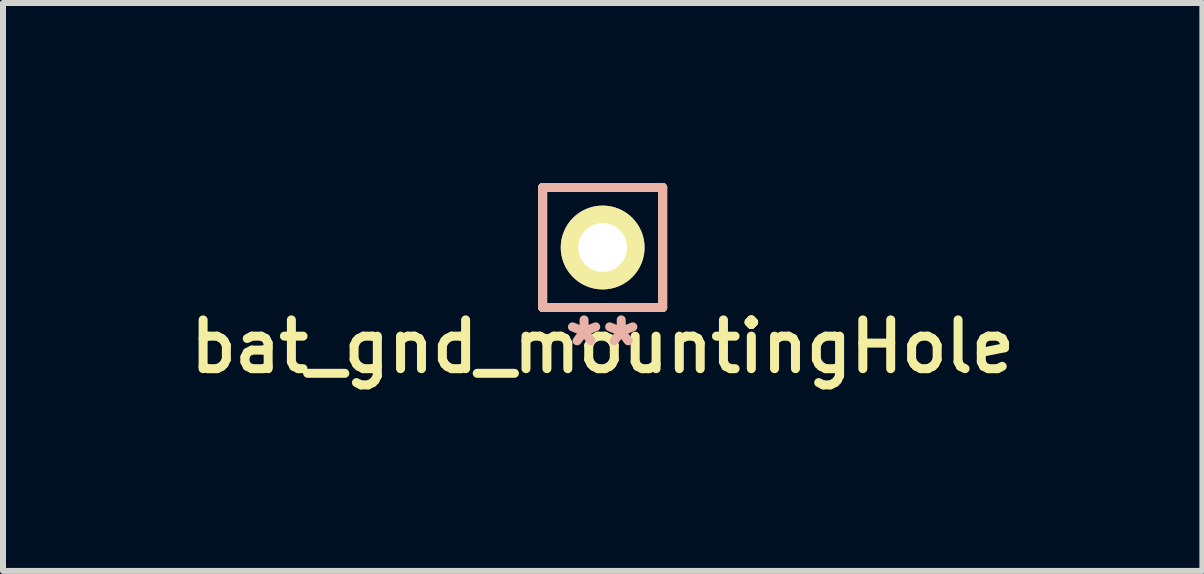
<source format=kicad_pcb>
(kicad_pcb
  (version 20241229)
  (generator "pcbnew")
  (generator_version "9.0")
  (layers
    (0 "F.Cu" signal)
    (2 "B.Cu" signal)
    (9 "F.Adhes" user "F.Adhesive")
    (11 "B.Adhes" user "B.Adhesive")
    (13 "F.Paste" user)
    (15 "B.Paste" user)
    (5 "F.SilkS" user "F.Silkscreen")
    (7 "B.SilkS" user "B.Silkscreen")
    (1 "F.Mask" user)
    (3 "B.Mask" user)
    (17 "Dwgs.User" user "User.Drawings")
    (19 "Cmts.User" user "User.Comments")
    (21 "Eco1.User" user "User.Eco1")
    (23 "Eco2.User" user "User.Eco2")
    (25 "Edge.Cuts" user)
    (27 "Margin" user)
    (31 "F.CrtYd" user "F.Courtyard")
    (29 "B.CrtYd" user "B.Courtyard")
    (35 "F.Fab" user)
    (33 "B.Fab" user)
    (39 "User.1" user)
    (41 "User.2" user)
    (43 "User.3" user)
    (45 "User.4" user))
  (footprint "bat_gnd_mountingHole"
    (layer "F.Cu")
    (at 6.994 1.075)
    (property "Reference" "bat_gnd_mountingHole" (at 0 1.651 0) (layer "F.SilkS") (effects (font (size 0.813 0.813) (thickness 0.15))))
    (attr through_hole)
    (fp_line (start -1 -1) (end -1 1) (stroke (width 0.15) (type solid)) (layer "F.SilkS"))
    (fp_line (start -1 1) (end 1 1) (stroke (width 0.15) (type solid)) (layer "F.SilkS"))
    (fp_line (start 1 -1) (end -1 -1) (stroke (width 0.15) (type solid)) (layer "F.SilkS"))
    (fp_line (start 1 1) (end 1 -1) (stroke (width 0.15) (type solid)) (layer "F.SilkS"))
    (fp_line (start -1 -1) (end 1 -1) (stroke (width 0.15) (type solid)) (layer "B.SilkS"))
    (fp_line (start -1 1) (end -1 -1) (stroke (width 0.15) (type solid)) (layer "B.SilkS"))
    (fp_line (start 1 -1) (end 1 1) (stroke (width 0.15) (type solid)) (layer "B.SilkS"))
    (fp_line (start 1 1) (end -1 1) (stroke (width 0.15) (type solid)) (layer "B.SilkS"))
    (fp_text user "**" (at 0 1.651 0) (layer "B.SilkS") (effects (font (size 0.813 0.813) (thickness 0.15)) (justify mirror)))
    (pad "1" thru_hole circle (at 0 0) (size 1.397 1.397) (drill 0.813) (layers "*.Cu" "*.Mask" "F.SilkS")))
  (gr_rect
    (start -3 -3)
    (end 16.989 6.465)
    (stroke (width 0.1) (type default))
    (fill no)
    (layer "Edge.Cuts")))
</source>
